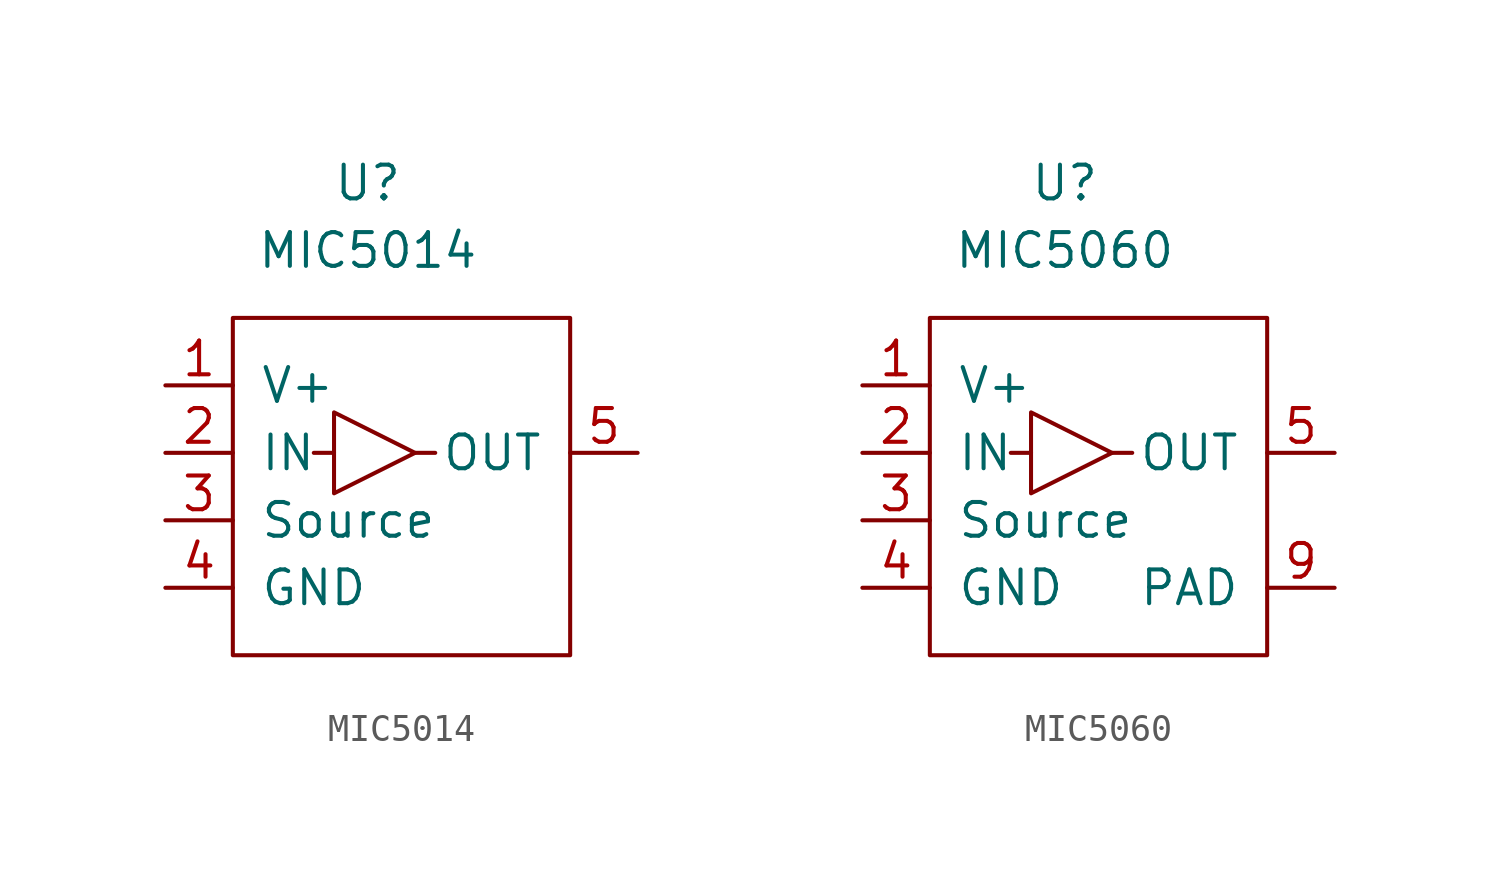
<source format=kicad_sym>
(kicad_symbol_lib
  (version 20211014)
  (generator kicad_symbol_editor)
  (symbol "MIC5014"
    (pin_names
      (offset 1.016))
    (property "Reference" "U"
      (at 0 10.16 0)
      (effects (font (size 1.27 1.27))))
    (property "Value" "MIC5014"
      (at 0 7.62 0)
      (effects (font (size 1.27 1.27))))
    (symbol "MIC5014_0_1"
      (rectangle (start -5.08 5.08) (end 7.62 -7.62) (stroke (width 0) (type default) (color 0 0 0 0)) (fill (type none)))
      (polyline (pts (xy -1.27 0) (xy -2.032 0)) (stroke (width 0) (type default) (color 0 0 0 0)) (fill (type none)))
      (polyline (pts (xy 1.778 0) (xy 2.54 0)) (stroke (width 0) (type default) (color 0 0 0 0)) (fill (type none)))
      (polyline (pts (xy -1.27 1.524) (xy -1.27 -1.524) (xy 1.778 0) (xy -1.27 1.524)) (stroke (width 0) (type default) (color 0 0 0 0)) (fill (type none))))
    (symbol "MIC5014_1_1"
      (pin power_in line (at -7.62 2.54 0) (length 2.54) (name "V+" (effects (font (size 1.27 1.27)))) (number "1" (effects (font (size 1.27 1.27)))))
      (pin input line (at -7.62 0 0) (length 2.54) (name "IN" (effects (font (size 1.27 1.27)))) (number "2" (effects (font (size 1.27 1.27)))))
      (pin input line (at -7.62 -2.54 0) (length 2.54) (name "Source" (effects (font (size 1.27 1.27)))) (number "3" (effects (font (size 1.27 1.27)))))
      (pin input line (at -7.62 -5.08 0) (length 2.54) (name "GND" (effects (font (size 1.27 1.27)))) (number "4" (effects (font (size 1.27 1.27)))))
      (pin output line (at 10.16 0 180) (length 2.54) (name "OUT" (effects (font (size 1.27 1.27)))) (number "5" (effects (font (size 1.27 1.27)))))))
  (symbol "MIC5060"
    (pin_names
      (offset 1.016))
    (property "Reference" "U"
      (at 0 10.16 0)
      (effects (font (size 1.27 1.27))))
    (property "Value" "MIC5060"
      (at 0 7.62 0)
      (effects (font (size 1.27 1.27))))
    (symbol "MIC5060_0_1"
      (rectangle (start -5.08 5.08) (end 7.62 -7.62) (stroke (width 0) (type default) (color 0 0 0 0)) (fill (type none)))
      (polyline (pts (xy -1.27 0) (xy -2.032 0)) (stroke (width 0) (type default) (color 0 0 0 0)) (fill (type none)))
      (polyline (pts (xy 1.778 0) (xy 2.54 0)) (stroke (width 0) (type default) (color 0 0 0 0)) (fill (type none)))
      (polyline (pts (xy -1.27 1.524) (xy -1.27 -1.524) (xy 1.778 0) (xy -1.27 1.524)) (stroke (width 0) (type default) (color 0 0 0 0)) (fill (type none))))
    (symbol "MIC5060_1_1"
      (pin power_in line (at -7.62 2.54 0) (length 2.54) (name "V+" (effects (font (size 1.27 1.27)))) (number "1" (effects (font (size 1.27 1.27)))))
      (pin input line (at -7.62 0 0) (length 2.54) (name "IN" (effects (font (size 1.27 1.27)))) (number "2" (effects (font (size 1.27 1.27)))))
      (pin input line (at -7.62 -2.54 0) (length 2.54) (name "Source" (effects (font (size 1.27 1.27)))) (number "3" (effects (font (size 1.27 1.27)))))
      (pin input line (at -7.62 -5.08 0) (length 2.54) (name "GND" (effects (font (size 1.27 1.27)))) (number "4" (effects (font (size 1.27 1.27)))))
      (pin output line (at 10.16 0 180) (length 2.54) (name "OUT" (effects (font (size 1.27 1.27)))) (number "5" (effects (font (size 1.27 1.27)))))
      (pin passive line (at 10.16 -5.08 180) (length 2.54) (name "PAD" (effects (font (size 1.27 1.27)))) (number "9" (effects (font (size 1.27 1.27))))))))
</source>
